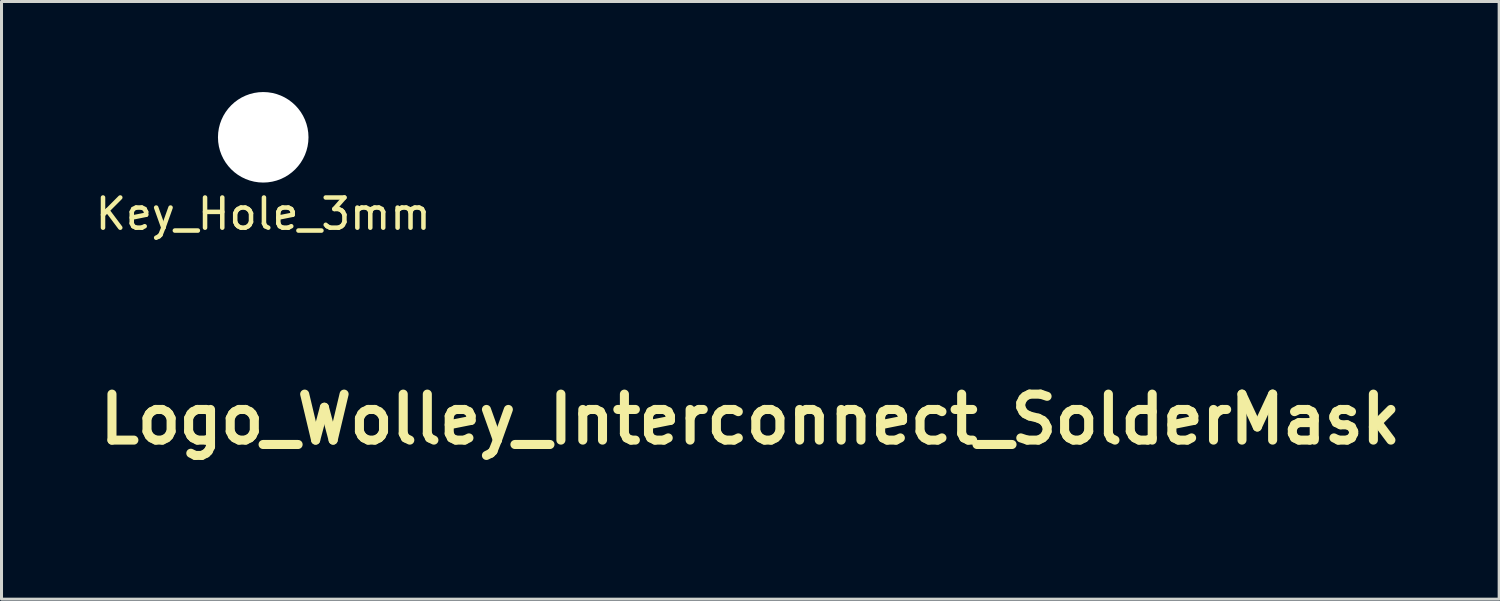
<source format=kicad_pcb>
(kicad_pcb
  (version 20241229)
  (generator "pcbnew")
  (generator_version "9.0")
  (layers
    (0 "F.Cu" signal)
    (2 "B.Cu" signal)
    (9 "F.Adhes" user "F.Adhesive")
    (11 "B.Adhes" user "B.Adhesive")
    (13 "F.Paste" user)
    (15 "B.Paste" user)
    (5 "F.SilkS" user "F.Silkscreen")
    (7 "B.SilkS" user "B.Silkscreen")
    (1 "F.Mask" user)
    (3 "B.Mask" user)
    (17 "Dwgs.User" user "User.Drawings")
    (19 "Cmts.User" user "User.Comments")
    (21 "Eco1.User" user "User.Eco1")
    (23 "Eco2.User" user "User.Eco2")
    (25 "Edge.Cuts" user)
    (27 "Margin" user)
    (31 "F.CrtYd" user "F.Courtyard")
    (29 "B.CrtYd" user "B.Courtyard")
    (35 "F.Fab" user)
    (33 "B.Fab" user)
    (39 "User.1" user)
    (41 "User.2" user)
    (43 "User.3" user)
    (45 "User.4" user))
  (footprint "Logo_Wolley_Interconnect_SolderMask"
    (layer "F.Cu")
    (at 21.815 10.845)
    (property "Reference" "Logo_Wolley_Interconnect_SolderMask" (at 0 0 0) (layer "F.SilkS") (effects (font (size 1.524 1.524) (thickness 0.3))))
    (attr through_hole)
    (fp_poly (pts (xy 0.808 -2.703) (xy 1.239 -2.453) (xy 1.243 -2.085) (xy 1.246 -1.717) (xy 1.561 -1.899) (xy 1.64 -1.945) (xy 1.709 -1.984) (xy 1.767 -2.016) (xy 1.814 -2.042) (xy 1.849 -2.061) (xy 1.873 -2.072) (xy 1.885 -2.077) (xy 1.887 -2.077) (xy 1.894 -2.073) (xy 1.913 -2.062) (xy 1.942 -2.046) (xy 1.979 -2.025) (xy 2.025 -1.999) (xy 2.077 -1.969) (xy 2.136 -1.935) (xy 2.199 -1.899) (xy 2.267 -1.86) (xy 2.322 -1.828) (xy 2.746 -1.583) (xy 2.746 -1.081) (xy 2.745 -0.58) (xy 2.43 -0.398) (xy 2.37 -0.364) (xy 2.314 -0.331) (xy 2.262 -0.301) (xy 2.217 -0.275) (xy 2.178 -0.252) (xy 2.148 -0.234) (xy 2.127 -0.221) (xy 2.116 -0.214) (xy 2.115 -0.213) (xy 2.12 -0.209) (xy 2.137 -0.199) (xy 2.163 -0.183) (xy 2.198 -0.162) (xy 2.241 -0.138) (xy 2.29 -0.109) (xy 2.344 -0.078) (xy 2.403 -0.044) (xy 2.43 -0.028) (xy 2.746 0.154) (xy 2.746 0.655) (xy 2.746 1.157) (xy 2.469 1.316) (xy 2.436 1.335) (xy 2.392 1.36) (xy 2.337 1.392) (xy 2.272 1.429) (xy 2.199 1.472) (xy 2.117 1.519) (xy 2.027 1.571) (xy 1.93 1.627) (xy 1.828 1.686) (xy 1.719 1.748) (xy 1.606 1.814) (xy 1.489 1.881) (xy 1.369 1.951) (xy 1.246 2.022) (xy 1.121 2.094) (xy 0.994 2.167) (xy 0.914 2.214) (xy 0.791 2.285) (xy 0.672 2.354) (xy 0.556 2.42) (xy 0.444 2.485) (xy 0.338 2.546) (xy 0.236 2.605) (xy 0.141 2.66) (xy 0.051 2.711) (xy -0.031 2.759) (xy -0.106 2.802) (xy -0.172 2.84) (xy -0.231 2.874) (xy -0.28 2.902) (xy -0.319 2.924) (xy -0.348 2.941) (xy -0.366 2.951) (xy -0.373 2.955) (xy -0.373 2.955) (xy -0.382 2.953) (xy -0.399 2.944) (xy -0.425 2.931) (xy -0.455 2.914) (xy -0.477 2.901) (xy -0.503 2.886) (xy -0.539 2.865) (xy -0.583 2.839) (xy -0.635 2.809) (xy -0.691 2.776) (xy -0.752 2.742) (xy -0.814 2.706) (xy -0.868 2.674) (xy -0.928 2.64) (xy -0.985 2.607) (xy -1.039 2.576) (xy -1.087 2.548) (xy -1.129 2.523) (xy -1.163 2.504) (xy -1.188 2.489) (xy -1.202 2.481) (xy -1.203 2.48) (xy -1.242 2.457) (xy -1.244 2.091) (xy -1.245 2.022) (xy -1.016 2.022) (xy -1.016 2.32) (xy -0.998 2.332) (xy -0.984 2.341) (xy -0.96 2.355) (xy -0.929 2.373) (xy -0.892 2.396) (xy -0.85 2.42) (xy -0.804 2.447) (xy -0.757 2.474) (xy -0.709 2.502) (xy -0.663 2.528) (xy -0.619 2.553) (xy -0.58 2.576) (xy -0.546 2.594) (xy -0.52 2.609) (xy -0.503 2.618) (xy -0.496 2.622) (xy -0.494 2.619) (xy -0.492 2.611) (xy -0.491 2.596) (xy -0.49 2.573) (xy -0.489 2.541) (xy -0.489 2.499) (xy -0.489 2.456) (xy -0.26 2.456) (xy -0.26 2.505) (xy -0.259 2.544) (xy -0.259 2.573) (xy -0.258 2.594) (xy -0.257 2.608) (xy -0.255 2.617) (xy -0.253 2.62) (xy -0.251 2.62) (xy -0.244 2.616) (xy -0.225 2.606) (xy -0.197 2.59) (xy -0.16 2.569) (xy -0.117 2.544) (xy -0.066 2.515) (xy -0.011 2.483) (xy 0.049 2.449) (xy 0.084 2.428) (xy 0.125 2.404) (xy 0.178 2.374) (xy 0.241 2.338) (xy 0.313 2.296) (xy 0.393 2.249) (xy 0.482 2.198) (xy 0.576 2.144) (xy 0.677 2.086) (xy 0.782 2.025) (xy 0.892 1.961) (xy 1.005 1.896) (xy 1.12 1.83) (xy 1.236 1.762) (xy 1.354 1.695) (xy 1.464 1.631) (xy 2.519 1.021) (xy 2.519 0.723) (xy 2.519 0.649) (xy 2.519 0.587) (xy 2.519 0.537) (xy 2.518 0.497) (xy 2.517 0.467) (xy 2.516 0.447) (xy 2.514 0.433) (xy 2.512 0.427) (xy 2.511 0.426) (xy 2.504 0.43) (xy 2.486 0.44) (xy 2.457 0.456) (xy 2.418 0.478) (xy 2.369 0.506) (xy 2.311 0.539) (xy 2.244 0.578) (xy 2.169 0.621) (xy 2.086 0.668) (xy 1.996 0.72) (xy 1.9 0.776) (xy 1.797 0.835) (xy 1.689 0.897) (xy 1.576 0.962) (xy 1.458 1.03) (xy 1.336 1.101) (xy 1.211 1.173) (xy 1.122 1.224) (xy -0.257 2.022) (xy -0.259 2.323) (xy -0.26 2.396) (xy -0.26 2.456) (xy -0.489 2.456) (xy -0.489 2.446) (xy -0.489 2.381) (xy -0.489 2.323) (xy -0.491 2.024) (xy -0.751 1.873) (xy -0.805 1.842) (xy -0.856 1.813) (xy -0.902 1.786) (xy -0.941 1.764) (xy -0.973 1.746) (xy -0.997 1.732) (xy -1.01 1.725) (xy -1.013 1.723) (xy -1.014 1.73) (xy -1.014 1.749) (xy -1.015 1.779) (xy -1.015 1.818) (xy -1.016 1.866) (xy -1.016 1.92) (xy -1.016 1.98) (xy -1.016 2.022) (xy -1.245 2.022) (xy -1.246 1.724) (xy -1.555 1.904) (xy -1.615 1.938) (xy -1.671 1.97) (xy -1.723 2) (xy -1.77 2.026) (xy -1.809 2.048) (xy -1.841 2.065) (xy -1.864 2.077) (xy -1.876 2.082) (xy -1.878 2.083) (xy -1.886 2.08) (xy -1.905 2.07) (xy -1.933 2.054) (xy -1.971 2.034) (xy -2.017 2.008) (xy -2.07 1.979) (xy -2.129 1.945) (xy -2.192 1.909) (xy -2.26 1.87) (xy -2.319 1.836) (xy -2.746 1.589) (xy -2.746 1.088) (xy -2.746 0.985) (xy -2.518 0.985) (xy -2.518 1.035) (xy -2.518 1.096) (xy -2.518 1.157) (xy -2.516 1.457) (xy -2.259 1.607) (xy -2.204 1.638) (xy -2.154 1.667) (xy -2.108 1.694) (xy -2.069 1.716) (xy -2.036 1.735) (xy -2.013 1.748) (xy -1.999 1.755) (xy -1.996 1.757) (xy -1.995 1.75) (xy -1.994 1.731) (xy -1.993 1.702) (xy -1.992 1.662) (xy -1.992 1.615) (xy -1.991 1.561) (xy -1.991 1.501) (xy -1.991 1.459) (xy -1.991 1.161) (xy -1.999 1.155) (xy -1.764 1.155) (xy -1.764 1.457) (xy -1.764 1.529) (xy -1.764 1.588) (xy -1.764 1.637) (xy -1.763 1.675) (xy -1.763 1.703) (xy -1.762 1.724) (xy -1.761 1.739) (xy -1.759 1.747) (xy -1.757 1.751) (xy -1.755 1.752) (xy -1.752 1.751) (xy -1.744 1.747) (xy -1.725 1.736) (xy -1.697 1.72) (xy -1.661 1.699) (xy -1.618 1.674) (xy -1.569 1.646) (xy -1.516 1.615) (xy -1.483 1.596) (xy -1.452 1.578) (xy -1.409 1.553) (xy -1.359 1.524) (xy -0.892 1.524) (xy -0.886 1.529) (xy -0.87 1.539) (xy -0.845 1.554) (xy -0.812 1.574) (xy -0.773 1.596) (xy -0.73 1.621) (xy -0.683 1.648) (xy -0.635 1.676) (xy -0.586 1.703) (xy -0.539 1.73) (xy -0.495 1.754) (xy -0.455 1.776) (xy -0.421 1.795) (xy -0.395 1.809) (xy -0.377 1.818) (xy -0.369 1.821) (xy -0.369 1.821) (xy -0.362 1.818) (xy -0.344 1.807) (xy -0.316 1.791) (xy -0.277 1.768) (xy -0.228 1.74) (xy -0.17 1.707) (xy -0.103 1.668) (xy -0.028 1.625) (xy 0.054 1.577) (xy 0.144 1.525) (xy 0.24 1.469) (xy 0.343 1.41) (xy 0.451 1.348) (xy 0.564 1.282) (xy 0.682 1.214) (xy 0.803 1.144) (xy 0.928 1.072) (xy 1.015 1.022) (xy 1.142 0.948) (xy 1.266 0.877) (xy 1.386 0.807) (xy 1.502 0.74) (xy 1.614 0.675) (xy 1.72 0.614) (xy 1.82 0.556) (xy 1.914 0.501) (xy 2.002 0.451) (xy 2.082 0.404) (xy 2.154 0.362) (xy 2.217 0.325) (xy 2.272 0.293) (xy 2.317 0.267) (xy 2.353 0.246) (xy 2.377 0.231) (xy 2.391 0.223) (xy 2.394 0.221) (xy 2.389 0.217) (xy 2.372 0.206) (xy 2.347 0.191) (xy 2.313 0.17) (xy 2.272 0.146) (xy 2.225 0.118) (xy 2.174 0.088) (xy 2.141 0.069) (xy 2.078 0.033) (xy 2.026 0.003) (xy 1.984 -0.02) (xy 1.95 -0.039) (xy 1.924 -0.053) (xy 1.904 -0.063) (xy 1.89 -0.069) (xy 1.879 -0.072) (xy 1.873 -0.072) (xy 1.87 -0.071) (xy 1.862 -0.067) (xy 1.844 -0.057) (xy 1.814 -0.04) (xy 1.775 -0.018) (xy 1.727 0.01) (xy 1.67 0.042) (xy 1.605 0.08) (xy 1.532 0.121) (xy 1.453 0.167) (xy 1.368 0.216) (xy 1.278 0.268) (xy 1.182 0.323) (xy 1.083 0.38) (xy 0.98 0.439) (xy 0.874 0.501) (xy 0.766 0.563) (xy 0.656 0.626) (xy 0.546 0.69) (xy 0.435 0.754) (xy 0.324 0.818) (xy 0.214 0.882) (xy 0.106 0.944) (xy 0.000353 1.005) (xy -0.103 1.065) (xy -0.202 1.123) (xy -0.298 1.178) (xy -0.388 1.23) (xy -0.474 1.28) (xy -0.553 1.326) (xy -0.625 1.368) (xy -0.69 1.406) (xy -0.748 1.439) (xy -0.796 1.467) (xy -0.836 1.49) (xy -0.865 1.508) (xy -0.884 1.519) (xy -0.892 1.524) (xy -0.892 1.524) (xy -1.359 1.524) (xy -1.356 1.523) (xy -1.294 1.486) (xy -1.221 1.444) (xy -1.14 1.398) (xy -1.051 1.346) (xy -0.955 1.29) (xy -0.851 1.231) (xy -0.742 1.167) (xy -0.627 1.101) (xy -0.507 1.032) (xy -0.383 0.96) (xy -0.255 0.886) (xy -0.124 0.811) (xy 0.009 0.734) (xy 0.144 0.656) (xy 0.279 0.577) (xy 0.416 0.499) (xy 0.552 0.42) (xy 0.687 0.342) (xy 0.821 0.264) (xy 0.953 0.188) (xy 1.082 0.114) (xy 1.207 0.041) (xy 1.329 -0.029) (xy 1.446 -0.096) (xy 1.558 -0.161) (xy 1.664 -0.222) (xy 1.763 -0.279) (xy 1.855 -0.332) (xy 1.939 -0.381) (xy 2.015 -0.425) (xy 2.081 -0.463) (xy 2.138 -0.496) (xy 2.185 -0.523) (xy 2.192 -0.527) (xy 2.519 -0.716) (xy 2.519 -1.013) (xy 2.519 -1.095) (xy 2.519 -1.164) (xy 2.518 -1.22) (xy 2.517 -1.263) (xy 2.515 -1.292) (xy 2.514 -1.308) (xy 2.512 -1.311) (xy 2.506 -1.308) (xy 2.488 -1.298) (xy 2.459 -1.281) (xy 2.42 -1.259) (xy 2.37 -1.23) (xy 2.311 -1.196) (xy 2.242 -1.157) (xy 2.164 -1.112) (xy 2.078 -1.062) (xy 1.983 -1.008) (xy 1.881 -0.949) (xy 1.772 -0.886) (xy 1.656 -0.819) (xy 1.533 -0.749) (xy 1.405 -0.675) (xy 1.271 -0.597) (xy 1.131 -0.517) (xy 0.987 -0.434) (xy 0.839 -0.348) (xy 0.687 -0.261) (xy 0.531 -0.171) (xy 0.373 -0.079) (xy 0.371 -0.078) (xy -1.764 1.155) (xy -1.999 1.155) (xy -2.01 1.148) (xy -2.02 1.141) (xy -2.041 1.129) (xy -2.07 1.112) (xy -2.106 1.091) (xy -2.147 1.067) (xy -2.192 1.041) (xy -2.239 1.013) (xy -2.287 0.986) (xy -2.334 0.959) (xy -2.378 0.933) (xy -2.419 0.91) (xy -2.453 0.891) (xy -2.481 0.875) (xy -2.499 0.865) (xy -2.507 0.861) (xy -2.51 0.861) (xy -2.513 0.862) (xy -2.515 0.867) (xy -2.516 0.877) (xy -2.517 0.892) (xy -2.518 0.915) (xy -2.518 0.945) (xy -2.518 0.985) (xy -2.746 0.985) (xy -2.745 0.652) (xy -2.388 0.652) (xy -2.383 0.658) (xy -2.372 0.666) (xy -2.354 0.679) (xy -2.329 0.695) (xy -2.294 0.716) (xy -2.251 0.742) (xy -2.197 0.773) (xy -2.141 0.806) (xy -2.086 0.837) (xy -2.036 0.866) (xy -1.99 0.892) (xy -1.95 0.914) (xy -1.918 0.932) (xy -1.894 0.944) (xy -1.88 0.951) (xy -1.876 0.952) (xy -1.87 0.949) (xy -1.852 0.939) (xy -1.823 0.922) (xy -1.783 0.9) (xy -1.734 0.871) (xy -1.674 0.837) (xy -1.605 0.797) (xy -1.527 0.752) (xy -1.441 0.703) (xy -1.347 0.648) (xy -1.244 0.589) (xy -1.135 0.526) (xy -1.019 0.459) (xy -0.896 0.389) (xy -0.768 0.314) (xy -0.634 0.237) (xy -0.494 0.157) (xy -0.35 0.074) (xy -0.202 -0.012) (xy -0.05 -0.1) (xy 0.105 -0.19) (xy 0.264 -0.281) (xy 0.422 -0.373) (xy 0.578 -0.462) (xy 0.73 -0.55) (xy 0.878 -0.636) (xy 1.021 -0.719) (xy 1.16 -0.799) (xy 1.294 -0.877) (xy 1.422 -0.951) (xy 1.545 -1.022) (xy 1.66 -1.089) (xy 1.769 -1.152) (xy 1.871 -1.211) (xy 1.965 -1.265) (xy 2.051 -1.315) (xy 2.128 -1.36) (xy 2.197 -1.4) (xy 2.256 -1.434) (xy 2.305 -1.463) (xy 2.344 -1.486) (xy 2.372 -1.503) (xy 2.39 -1.513) (xy 2.396 -1.517) (xy 2.396 -1.517) (xy 2.39 -1.521) (xy 2.374 -1.531) (xy 2.349 -1.546) (xy 2.316 -1.566) (xy 2.277 -1.589) (xy 2.234 -1.614) (xy 2.187 -1.641) (xy 2.14 -1.668) (xy 2.092 -1.696) (xy 2.045 -1.722) (xy 2.001 -1.747) (xy 1.962 -1.769) (xy 1.929 -1.788) (xy 1.903 -1.802) (xy 1.885 -1.811) (xy 1.878 -1.814) (xy 1.871 -1.811) (xy 1.853 -1.801) (xy 1.826 -1.786) (xy 1.789 -1.765) (xy 1.746 -1.741) (xy 1.696 -1.712) (xy 1.641 -1.681) (xy 1.582 -1.647) (xy 1.551 -1.629) (xy 1.515 -1.608) (xy 1.47 -1.581) (xy 1.414 -1.549) (xy 1.351 -1.512) (xy 1.279 -1.471) (xy 1.199 -1.425) (xy 1.112 -1.375) (xy 1.019 -1.321) (xy 0.921 -1.264) (xy 0.816 -1.203) (xy 0.708 -1.141) (xy 0.595 -1.075) (xy 0.479 -1.008) (xy 0.359 -0.939) (xy 0.238 -0.869) (xy 0.114 -0.798) (xy -0.01 -0.726) (xy -0.135 -0.653) (xy -0.261 -0.581) (xy -0.385 -0.509) (xy -0.509 -0.437) (xy -0.631 -0.367) (xy -0.75 -0.298) (xy -0.867 -0.23) (xy -0.98 -0.165) (xy -1.09 -0.102) (xy -1.194 -0.041) (xy -1.294 0.016) (xy -1.388 0.07) (xy -1.475 0.121) (xy -1.555 0.167) (xy -1.628 0.209) (xy -1.693 0.247) (xy -1.75 0.279) (xy -1.797 0.307) (xy -1.834 0.328) (xy -1.861 0.344) (xy -1.877 0.353) (xy -1.881 0.355) (xy -1.909 0.371) (xy -1.944 0.391) (xy -1.985 0.414) (xy -2.03 0.44) (xy -2.078 0.468) (xy -2.127 0.496) (xy -2.176 0.524) (xy -2.223 0.552) (xy -2.267 0.577) (xy -2.307 0.6) (xy -2.34 0.62) (xy -2.366 0.635) (xy -2.382 0.645) (xy -2.388 0.649) (xy -2.388 0.652) (xy -2.745 0.652) (xy -2.745 0.587) (xy -2.43 0.405) (xy -2.37 0.371) (xy -2.313 0.338) (xy -2.262 0.308) (xy -2.216 0.282) (xy -2.178 0.259) (xy -2.148 0.241) (xy -2.126 0.228) (xy -2.116 0.221) (xy -2.114 0.22) (xy -2.12 0.216) (xy -2.136 0.206) (xy -2.159 0.191) (xy -2.188 0.174) (xy -2.205 0.164) (xy -2.233 0.148) (xy -2.27 0.127) (xy -2.315 0.101) (xy -2.366 0.072) (xy -2.42 0.041) (xy -2.476 0.008) (xy -2.521 -0.018) (xy -2.746 -0.147) (xy -2.746 -0.649) (xy -2.746 -0.682) (xy -2.518 -0.682) (xy -2.518 -0.622) (xy -2.518 -0.579) (xy -2.516 -0.28) (xy -2.259 -0.131) (xy -2.204 -0.099) (xy -2.154 -0.071) (xy -2.108 -0.045) (xy -2.069 -0.023) (xy -2.036 -0.005) (xy -2.013 0.008) (xy -1.999 0.015) (xy -1.996 0.016) (xy -1.995 0.008) (xy -1.994 -0.011) (xy -1.993 -0.042) (xy -1.992 -0.081) (xy -1.992 -0.129) (xy -1.991 -0.184) (xy -1.991 -0.244) (xy -1.991 -0.281) (xy -1.991 -0.354) (xy -1.991 -0.413) (xy -1.991 -0.462) (xy -1.992 -0.5) (xy -1.993 -0.53) (xy -1.994 -0.552) (xy -1.995 -0.567) (xy -1.997 -0.576) (xy -2 -0.582) (xy -1.764 -0.582) (xy -1.764 0.02) (xy -1.629 -0.058) (xy -1.609 -0.069) (xy -1.579 -0.087) (xy -1.538 -0.111) (xy -1.487 -0.14) (xy -1.426 -0.175) (xy -1.357 -0.215) (xy -1.279 -0.26) (xy -1.195 -0.309) (xy -1.103 -0.362) (xy -1.005 -0.418) (xy -0.902 -0.478) (xy -0.793 -0.541) (xy -0.68 -0.606) (xy -0.564 -0.673) (xy -0.444 -0.742) (xy -0.322 -0.813) (xy -0.24 -0.86) (xy 1.013 -1.584) (xy 1.014 -1.884) (xy 1.015 -1.946) (xy 1.015 -2.004) (xy 1.015 -2.057) (xy 1.014 -2.102) (xy 1.014 -2.138) (xy 1.013 -2.165) (xy 1.013 -2.18) (xy 1.012 -2.183) (xy 1.006 -2.18) (xy 0.988 -2.17) (xy 0.96 -2.153) (xy 0.921 -2.131) (xy 0.872 -2.103) (xy 0.815 -2.07) (xy 0.748 -2.032) (xy 0.673 -1.989) (xy 0.591 -1.941) (xy 0.501 -1.89) (xy 0.405 -1.834) (xy 0.302 -1.775) (xy 0.194 -1.713) (xy 0.081 -1.647) (xy -0.037 -1.58) (xy -0.159 -1.509) (xy -0.284 -1.437) (xy -0.378 -1.382) (xy -1.764 -0.582) (xy -2 -0.582) (xy -2 -0.582) (xy -2.001 -0.583) (xy -2.01 -0.589) (xy -2.028 -0.6) (xy -2.055 -0.617) (xy -2.09 -0.637) (xy -2.13 -0.66) (xy -2.174 -0.686) (xy -2.221 -0.713) (xy -2.269 -0.741) (xy -2.317 -0.768) (xy -2.362 -0.794) (xy -2.405 -0.818) (xy -2.442 -0.84) (xy -2.473 -0.857) (xy -2.497 -0.87) (xy -2.51 -0.877) (xy -2.514 -0.879) (xy -2.515 -0.872) (xy -2.516 -0.853) (xy -2.517 -0.823) (xy -2.517 -0.784) (xy -2.518 -0.736) (xy -2.518 -0.682) (xy -2.746 -0.682) (xy -2.745 -1.082) (xy -2.391 -1.082) (xy -2.385 -1.078) (xy -2.369 -1.067) (xy -2.344 -1.052) (xy -2.311 -1.032) (xy -2.272 -1.009) (xy -2.229 -0.984) (xy -2.183 -0.956) (xy -2.136 -0.929) (xy -2.088 -0.901) (xy -2.042 -0.874) (xy -1.999 -0.849) (xy -1.96 -0.827) (xy -1.928 -0.808) (xy -1.902 -0.794) (xy -1.886 -0.785) (xy -1.88 -0.783) (xy -1.874 -0.786) (xy -1.856 -0.796) (xy -1.827 -0.812) (xy -1.789 -0.834) (xy -1.74 -0.862) (xy -1.682 -0.896) (xy -1.616 -0.934) (xy -1.541 -0.977) (xy -1.458 -1.024) (xy -1.369 -1.076) (xy -1.272 -1.131) (xy -1.17 -1.19) (xy -1.062 -1.253) (xy -0.949 -1.318) (xy -0.831 -1.386) (xy -0.709 -1.456) (xy -0.584 -1.528) (xy -0.493 -1.581) (xy -0.366 -1.655) (xy -0.242 -1.726) (xy -0.121 -1.796) (xy -0.005 -1.863) (xy 0.106 -1.928) (xy 0.213 -1.99) (xy 0.313 -2.048) (xy 0.407 -2.103) (xy 0.495 -2.154) (xy 0.574 -2.2) (xy 0.647 -2.243) (xy 0.71 -2.28) (xy 0.765 -2.312) (xy 0.81 -2.339) (xy 0.846 -2.36) (xy 0.871 -2.375) (xy 0.884 -2.384) (xy 0.887 -2.386) (xy 0.881 -2.39) (xy 0.865 -2.401) (xy 0.84 -2.416) (xy 0.807 -2.436) (xy 0.768 -2.459) (xy 0.725 -2.485) (xy 0.679 -2.512) (xy 0.631 -2.54) (xy 0.583 -2.567) (xy 0.537 -2.594) (xy 0.494 -2.619) (xy 0.456 -2.641) (xy 0.423 -2.659) (xy 0.398 -2.673) (xy 0.382 -2.682) (xy 0.376 -2.684) (xy 0.37 -2.681) (xy 0.352 -2.671) (xy 0.324 -2.655) (xy 0.285 -2.633) (xy 0.238 -2.606) (xy 0.181 -2.573) (xy 0.117 -2.537) (xy 0.045 -2.495) (xy -0.033 -2.45) (xy -0.118 -2.401) (xy -0.208 -2.349) (xy -0.303 -2.295) (xy -0.402 -2.237) (xy -0.505 -2.178) (xy -0.611 -2.117) (xy -0.719 -2.054) (xy -0.828 -1.991) (xy -0.939 -1.927) (xy -1.05 -1.863) (xy -1.161 -1.799) (xy -1.271 -1.735) (xy -1.379 -1.672) (xy -1.485 -1.61) (xy -1.589 -1.55) (xy -1.689 -1.492) (xy -1.785 -1.437) (xy -1.876 -1.383) (xy -1.962 -1.333) (xy -2.042 -1.287) (xy -2.115 -1.244) (xy -2.181 -1.206) (xy -2.24 -1.172) (xy -2.289 -1.142) (xy -2.33 -1.119) (xy -2.361 -1.1) (xy -2.381 -1.088) (xy -2.39 -1.082) (xy -2.391 -1.082) (xy -2.745 -1.082) (xy -2.745 -1.15) (xy -1.185 -2.051) (xy 0.376 -2.952) (xy 0.808 -2.703)) (stroke (width 0.01) (type solid)) (fill yes) (layer "F.Mask")))
  (footprint "Key_Hole_3mm"
    (layer "F.Cu")
    (at 5.673 1.5)
    (property "Reference" "Key_Hole_3mm" (at 0 2.54 0) (layer "F.SilkS") (effects (font (size 1 1) (thickness 0.15))))
    (attr through_hole)
    (pad "" np_thru_hole circle (at 0 0) (size 3 3) (drill 3) (layers "*.Cu" "*.Mask")))
  (gr_rect
    (start -3 -3)
    (end 46.63 16.805)
    (stroke (width 0.1) (type default))
    (fill no)
    (layer "Edge.Cuts")))
</source>
